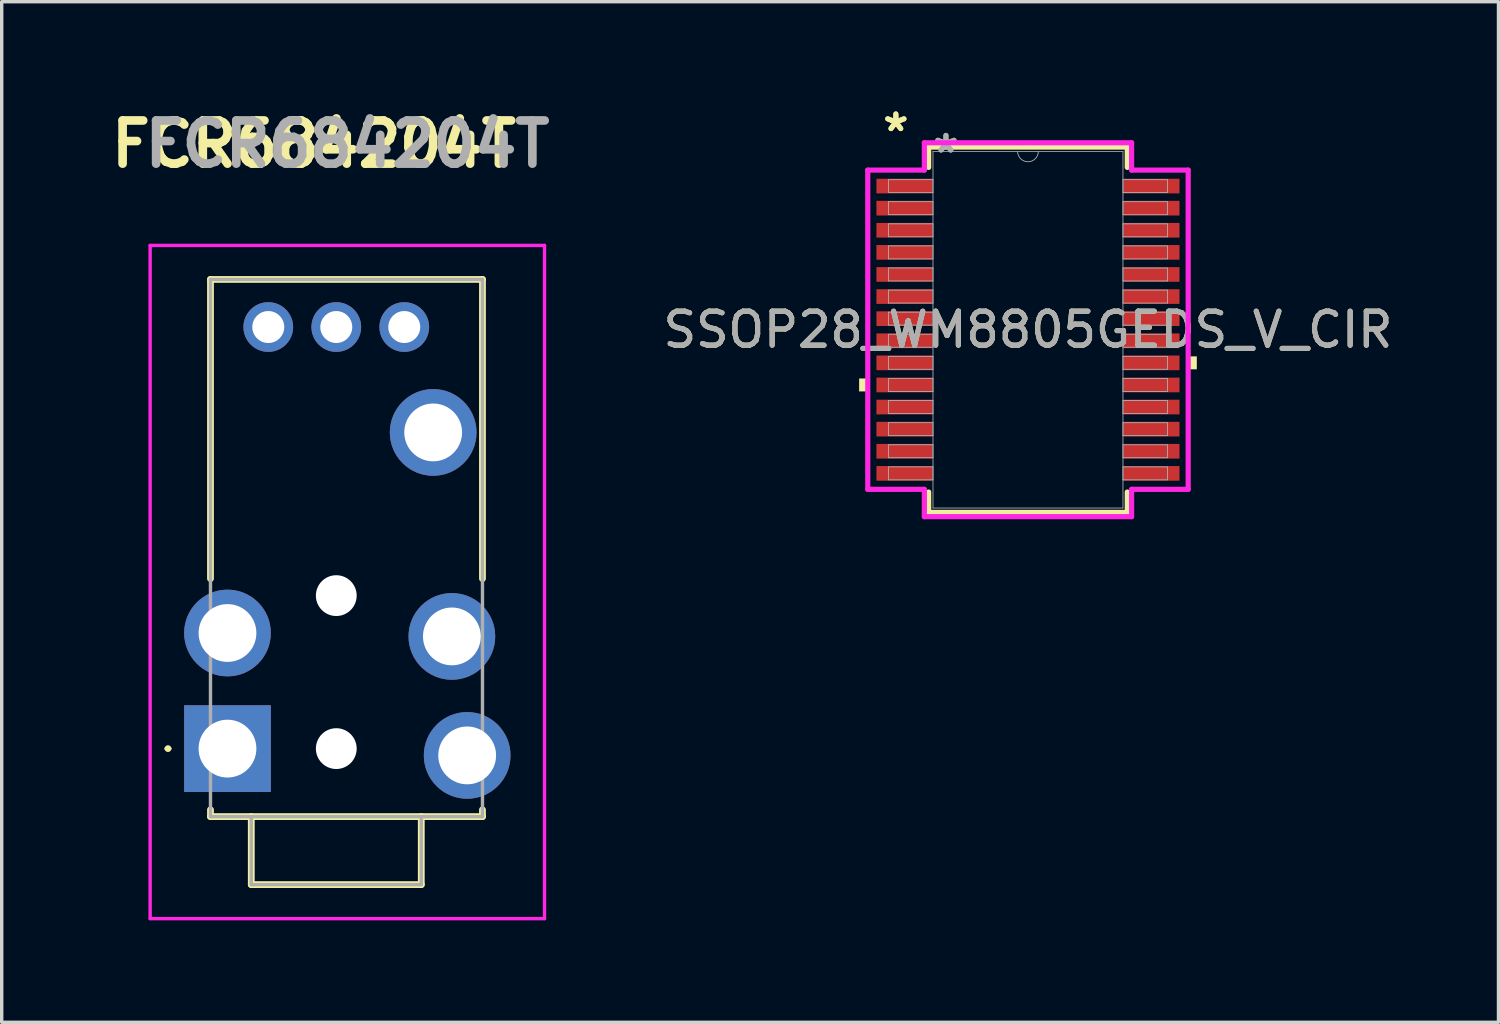
<source format=kicad_pcb>
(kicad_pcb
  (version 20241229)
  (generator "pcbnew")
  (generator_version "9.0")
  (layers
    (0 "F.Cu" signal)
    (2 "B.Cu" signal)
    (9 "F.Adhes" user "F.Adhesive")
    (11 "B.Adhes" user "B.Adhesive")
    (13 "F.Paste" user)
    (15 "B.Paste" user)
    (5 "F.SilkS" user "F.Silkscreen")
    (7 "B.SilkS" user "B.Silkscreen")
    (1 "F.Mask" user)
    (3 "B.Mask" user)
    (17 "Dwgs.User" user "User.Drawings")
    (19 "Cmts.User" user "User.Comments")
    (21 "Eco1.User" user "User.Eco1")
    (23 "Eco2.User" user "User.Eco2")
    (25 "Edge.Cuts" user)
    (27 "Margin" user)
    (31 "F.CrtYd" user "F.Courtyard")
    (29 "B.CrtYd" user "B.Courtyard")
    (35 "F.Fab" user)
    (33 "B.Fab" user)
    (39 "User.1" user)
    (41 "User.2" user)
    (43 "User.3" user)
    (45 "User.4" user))
  (footprint "FCR684204T"
    (layer "F.Cu")
    (at 3.641 18.969)
    (property "Reference" "FCR684204T" (at 2.54 -17.78 0) (layer "F.SilkS") (effects (font (size 1.27 1.27) (thickness 0.254))))
    (attr through_hole)
    (fp_line (start -1.8 0) (end -1.8 0) (stroke (width 0.1) (type solid)) (layer "F.SilkS"))
    (fp_line (start -1.7 0) (end -1.7 0) (stroke (width 0.1) (type solid)) (layer "F.SilkS"))
    (fp_line (start -0.5 -13.8) (end 7.5 -13.8) (stroke (width 0.2) (type solid)) (layer "F.SilkS"))
    (fp_line (start -0.5 -5) (end -0.5 -13.8) (stroke (width 0.2) (type solid)) (layer "F.SilkS"))
    (fp_line (start -0.5 1.8) (end -0.5 2) (stroke (width 0.2) (type solid)) (layer "F.SilkS"))
    (fp_line (start -0.5 2) (end 7.5 2) (stroke (width 0.2) (type solid)) (layer "F.SilkS"))
    (fp_line (start 0.7 2) (end 0.7 4) (stroke (width 0.2) (type solid)) (layer "F.SilkS"))
    (fp_line (start 0.7 4) (end 5.7 4) (stroke (width 0.2) (type solid)) (layer "F.SilkS"))
    (fp_line (start 5.7 4) (end 5.7 2) (stroke (width 0.2) (type solid)) (layer "F.SilkS"))
    (fp_line (start 7.5 -13.8) (end 7.5 -5) (stroke (width 0.2) (type solid)) (layer "F.SilkS"))
    (fp_line (start 7.5 2) (end 7.5 1.8) (stroke (width 0.2) (type solid)) (layer "F.SilkS"))
    (fp_arc (start -1.8 0) (mid -1.75 -0.05) (end -1.7 0) (stroke (width 0.1) (type solid)) (layer "F.SilkS"))
    (fp_arc (start -1.7 0) (mid -1.75 0.05) (end -1.8 0) (stroke (width 0.1) (type solid)) (layer "F.SilkS"))
    (fp_line (start -2.275 -14.8) (end -2.275 5) (stroke (width 0.1) (type solid)) (layer "F.CrtYd"))
    (fp_line (start -2.275 5) (end 9.325 5) (stroke (width 0.1) (type solid)) (layer "F.CrtYd"))
    (fp_line (start 9.325 -14.8) (end -2.275 -14.8) (stroke (width 0.1) (type solid)) (layer "F.CrtYd"))
    (fp_line (start 9.325 5) (end 9.325 -14.8) (stroke (width 0.1) (type solid)) (layer "F.CrtYd"))
    (fp_line (start -0.5 -13.8) (end -0.5 2) (stroke (width 0.1) (type solid)) (layer "F.Fab"))
    (fp_line (start -0.5 2) (end 7.5 2) (stroke (width 0.1) (type solid)) (layer "F.Fab"))
    (fp_line (start 0.7 2) (end 0.7 4) (stroke (width 0.1) (type solid)) (layer "F.Fab"))
    (fp_line (start 0.7 4) (end 5.7 4) (stroke (width 0.1) (type solid)) (layer "F.Fab"))
    (fp_line (start 5.7 4) (end 5.7 2) (stroke (width 0.1) (type solid)) (layer "F.Fab"))
    (fp_line (start 7.5 -13.8) (end -0.5 -13.8) (stroke (width 0.1) (type solid)) (layer "F.Fab"))
    (fp_line (start 7.5 2) (end 7.5 -13.8) (stroke (width 0.1) (type solid)) (layer "F.Fab"))
    (fp_text user "${REFERENCE}" (at 3.525 -17.78 0) (layer "F.Fab") (effects (font (size 1.27 1.27) (thickness 0.254))))
    (pad "" np_thru_hole circle (at 3.2 -4.5) (size 1.2 1.2) (drill 1.2) (layers "*.Cu" "*.Mask"))
    (pad "" np_thru_hole circle (at 3.2 0) (size 1.2 1.2) (drill 1.2) (layers "*.Cu" "*.Mask"))
    (pad "1" thru_hole rect (at 0 0) (size 2.55 2.55) (drill 1.7) (layers "*.Cu" "*.Mask"))
    (pad "2" thru_hole circle (at 6.05 -9.3) (size 2.55 2.55) (drill 1.7) (layers "*.Cu" "*.Mask"))
    (pad "3" thru_hole circle (at 0 -3.4) (size 2.55 2.55) (drill 1.7) (layers "*.Cu" "*.Mask"))
    (pad "4" thru_hole circle (at 6.6 -3.3) (size 2.55 2.55) (drill 1.7) (layers "*.Cu" "*.Mask"))
    (pad "5" thru_hole circle (at 7.05 0.2) (size 2.55 2.55) (drill 1.7) (layers "*.Cu" "*.Mask"))
    (pad "6" thru_hole circle (at 5.2 -12.4) (size 1.462 1.462) (drill 0.94) (layers "*.Cu" "*.Mask"))
    (pad "7" thru_hole circle (at 3.2 -12.4) (size 1.462 1.462) (drill 0.94) (layers "*.Cu" "*.Mask"))
    (pad "8" thru_hole circle (at 1.2 -12.4) (size 1.462 1.462) (drill 0.94) (layers "*.Cu" "*.Mask")))
  (footprint "SSOP28_WM8805GEDS_V_CIR"
    (layer "F.Cu")
    (at 27.186 6.648)
    (property "Reference" "SSOP28_WM8805GEDS_V_CIR" (at 0 0 0) (unlocked yes) (layer "F.SilkS") (effects (font (size 1 1) (thickness 0.15))))
    (attr smd)
    (fp_line (start -2.921 -5.372) (end -2.921 -4.774) (stroke (width 0.152) (type solid)) (layer "F.SilkS"))
    (fp_line (start -2.921 4.774) (end -2.921 5.372) (stroke (width 0.152) (type solid)) (layer "F.SilkS"))
    (fp_line (start -2.921 5.372) (end 2.921 5.372) (stroke (width 0.152) (type solid)) (layer "F.SilkS"))
    (fp_line (start 2.921 -5.372) (end -2.921 -5.372) (stroke (width 0.152) (type solid)) (layer "F.SilkS"))
    (fp_line (start 2.921 -4.774) (end 2.921 -5.372) (stroke (width 0.152) (type solid)) (layer "F.SilkS"))
    (fp_line (start 2.921 5.372) (end 2.921 4.774) (stroke (width 0.152) (type solid)) (layer "F.SilkS"))
    (fp_poly (pts (xy -4.966 1.434) (xy -4.966 1.815) (xy -4.712 1.815) (xy -4.712 1.434)) (stroke (width 0) (type solid)) (fill yes) (layer "F.SilkS"))
    (fp_poly (pts (xy 4.966 0.784) (xy 4.966 1.165) (xy 4.712 1.165) (xy 4.712 0.784)) (stroke (width 0) (type solid)) (fill yes) (layer "F.SilkS"))
    (fp_line (start -4.712 -4.695) (end -3.048 -4.695) (stroke (width 0.152) (type solid)) (layer "F.CrtYd"))
    (fp_line (start -4.712 4.695) (end -4.712 -4.695) (stroke (width 0.152) (type solid)) (layer "F.CrtYd"))
    (fp_line (start -4.712 4.695) (end -3.048 4.695) (stroke (width 0.152) (type solid)) (layer "F.CrtYd"))
    (fp_line (start -3.048 -5.499) (end 3.048 -5.499) (stroke (width 0.152) (type solid)) (layer "F.CrtYd"))
    (fp_line (start -3.048 -4.695) (end -3.048 -5.499) (stroke (width 0.152) (type solid)) (layer "F.CrtYd"))
    (fp_line (start -3.048 5.499) (end -3.048 4.695) (stroke (width 0.152) (type solid)) (layer "F.CrtYd"))
    (fp_line (start 3.048 -5.499) (end 3.048 -4.695) (stroke (width 0.152) (type solid)) (layer "F.CrtYd"))
    (fp_line (start 3.048 4.695) (end 3.048 5.499) (stroke (width 0.152) (type solid)) (layer "F.CrtYd"))
    (fp_line (start 3.048 5.499) (end -3.048 5.499) (stroke (width 0.152) (type solid)) (layer "F.CrtYd"))
    (fp_line (start 4.712 -4.695) (end 3.048 -4.695) (stroke (width 0.152) (type solid)) (layer "F.CrtYd"))
    (fp_line (start 4.712 -4.695) (end 4.712 4.695) (stroke (width 0.152) (type solid)) (layer "F.CrtYd"))
    (fp_line (start 4.712 4.695) (end 3.048 4.695) (stroke (width 0.152) (type solid)) (layer "F.CrtYd"))
    (fp_line (start -4.102 -4.415) (end -4.102 -4.035) (stroke (width 0.025) (type solid)) (layer "F.Fab"))
    (fp_line (start -4.102 -4.035) (end -2.794 -4.035) (stroke (width 0.025) (type solid)) (layer "F.Fab"))
    (fp_line (start -4.102 -3.765) (end -4.102 -3.385) (stroke (width 0.025) (type solid)) (layer "F.Fab"))
    (fp_line (start -4.102 -3.385) (end -2.794 -3.385) (stroke (width 0.025) (type solid)) (layer "F.Fab"))
    (fp_line (start -4.102 -3.115) (end -4.102 -2.735) (stroke (width 0.025) (type solid)) (layer "F.Fab"))
    (fp_line (start -4.102 -2.735) (end -2.794 -2.735) (stroke (width 0.025) (type solid)) (layer "F.Fab"))
    (fp_line (start -4.102 -2.466) (end -4.102 -2.084) (stroke (width 0.025) (type solid)) (layer "F.Fab"))
    (fp_line (start -4.102 -2.084) (end -2.794 -2.084) (stroke (width 0.025) (type solid)) (layer "F.Fab"))
    (fp_line (start -4.102 -1.816) (end -4.102 -1.435) (stroke (width 0.025) (type solid)) (layer "F.Fab"))
    (fp_line (start -4.102 -1.435) (end -2.794 -1.435) (stroke (width 0.025) (type solid)) (layer "F.Fab"))
    (fp_line (start -4.102 -1.166) (end -4.102 -0.785) (stroke (width 0.025) (type solid)) (layer "F.Fab"))
    (fp_line (start -4.102 -0.785) (end -2.794 -0.785) (stroke (width 0.025) (type solid)) (layer "F.Fab"))
    (fp_line (start -4.102 -0.516) (end -4.102 -0.135) (stroke (width 0.025) (type solid)) (layer "F.Fab"))
    (fp_line (start -4.102 -0.135) (end -2.794 -0.135) (stroke (width 0.025) (type solid)) (layer "F.Fab"))
    (fp_line (start -4.102 0.134) (end -4.102 0.515) (stroke (width 0.025) (type solid)) (layer "F.Fab"))
    (fp_line (start -4.102 0.515) (end -2.794 0.515) (stroke (width 0.025) (type solid)) (layer "F.Fab"))
    (fp_line (start -4.102 0.784) (end -4.102 1.165) (stroke (width 0.025) (type solid)) (layer "F.Fab"))
    (fp_line (start -4.102 1.165) (end -2.794 1.165) (stroke (width 0.025) (type solid)) (layer "F.Fab"))
    (fp_line (start -4.102 1.434) (end -4.102 1.815) (stroke (width 0.025) (type solid)) (layer "F.Fab"))
    (fp_line (start -4.102 1.815) (end -2.794 1.815) (stroke (width 0.025) (type solid)) (layer "F.Fab"))
    (fp_line (start -4.102 2.084) (end -4.102 2.465) (stroke (width 0.025) (type solid)) (layer "F.Fab"))
    (fp_line (start -4.102 2.465) (end -2.794 2.465) (stroke (width 0.025) (type solid)) (layer "F.Fab"))
    (fp_line (start -4.102 2.734) (end -4.102 3.115) (stroke (width 0.025) (type solid)) (layer "F.Fab"))
    (fp_line (start -4.102 3.115) (end -2.794 3.115) (stroke (width 0.025) (type solid)) (layer "F.Fab"))
    (fp_line (start -4.102 3.384) (end -4.102 3.765) (stroke (width 0.025) (type solid)) (layer "F.Fab"))
    (fp_line (start -4.102 3.765) (end -2.794 3.765) (stroke (width 0.025) (type solid)) (layer "F.Fab"))
    (fp_line (start -4.102 4.034) (end -4.102 4.415) (stroke (width 0.025) (type solid)) (layer "F.Fab"))
    (fp_line (start -4.102 4.415) (end -2.794 4.415) (stroke (width 0.025) (type solid)) (layer "F.Fab"))
    (fp_line (start -2.794 -5.245) (end -2.794 5.245) (stroke (width 0.025) (type solid)) (layer "F.Fab"))
    (fp_line (start -2.794 -4.415) (end -4.102 -4.415) (stroke (width 0.025) (type solid)) (layer "F.Fab"))
    (fp_line (start -2.794 -4.035) (end -2.794 -4.415) (stroke (width 0.025) (type solid)) (layer "F.Fab"))
    (fp_line (start -2.794 -3.765) (end -4.102 -3.765) (stroke (width 0.025) (type solid)) (layer "F.Fab"))
    (fp_line (start -2.794 -3.385) (end -2.794 -3.765) (stroke (width 0.025) (type solid)) (layer "F.Fab"))
    (fp_line (start -2.794 -3.115) (end -4.102 -3.115) (stroke (width 0.025) (type solid)) (layer "F.Fab"))
    (fp_line (start -2.794 -2.735) (end -2.794 -3.115) (stroke (width 0.025) (type solid)) (layer "F.Fab"))
    (fp_line (start -2.794 -2.466) (end -4.102 -2.466) (stroke (width 0.025) (type solid)) (layer "F.Fab"))
    (fp_line (start -2.794 -2.084) (end -2.794 -2.466) (stroke (width 0.025) (type solid)) (layer "F.Fab"))
    (fp_line (start -2.794 -1.816) (end -4.102 -1.816) (stroke (width 0.025) (type solid)) (layer "F.Fab"))
    (fp_line (start -2.794 -1.435) (end -2.794 -1.816) (stroke (width 0.025) (type solid)) (layer "F.Fab"))
    (fp_line (start -2.794 -1.166) (end -4.102 -1.166) (stroke (width 0.025) (type solid)) (layer "F.Fab"))
    (fp_line (start -2.794 -0.785) (end -2.794 -1.166) (stroke (width 0.025) (type solid)) (layer "F.Fab"))
    (fp_line (start -2.794 -0.516) (end -4.102 -0.516) (stroke (width 0.025) (type solid)) (layer "F.Fab"))
    (fp_line (start -2.794 -0.135) (end -2.794 -0.516) (stroke (width 0.025) (type solid)) (layer "F.Fab"))
    (fp_line (start -2.794 0.134) (end -4.102 0.134) (stroke (width 0.025) (type solid)) (layer "F.Fab"))
    (fp_line (start -2.794 0.515) (end -2.794 0.134) (stroke (width 0.025) (type solid)) (layer "F.Fab"))
    (fp_line (start -2.794 0.784) (end -4.102 0.784) (stroke (width 0.025) (type solid)) (layer "F.Fab"))
    (fp_line (start -2.794 1.165) (end -2.794 0.784) (stroke (width 0.025) (type solid)) (layer "F.Fab"))
    (fp_line (start -2.794 1.434) (end -4.102 1.434) (stroke (width 0.025) (type solid)) (layer "F.Fab"))
    (fp_line (start -2.794 1.815) (end -2.794 1.434) (stroke (width 0.025) (type solid)) (layer "F.Fab"))
    (fp_line (start -2.794 2.084) (end -4.102 2.084) (stroke (width 0.025) (type solid)) (layer "F.Fab"))
    (fp_line (start -2.794 2.465) (end -2.794 2.084) (stroke (width 0.025) (type solid)) (layer "F.Fab"))
    (fp_line (start -2.794 2.734) (end -4.102 2.734) (stroke (width 0.025) (type solid)) (layer "F.Fab"))
    (fp_line (start -2.794 3.115) (end -2.794 2.734) (stroke (width 0.025) (type solid)) (layer "F.Fab"))
    (fp_line (start -2.794 3.384) (end -4.102 3.384) (stroke (width 0.025) (type solid)) (layer "F.Fab"))
    (fp_line (start -2.794 3.765) (end -2.794 3.384) (stroke (width 0.025) (type solid)) (layer "F.Fab"))
    (fp_line (start -2.794 4.034) (end -4.102 4.034) (stroke (width 0.025) (type solid)) (layer "F.Fab"))
    (fp_line (start -2.794 4.415) (end -2.794 4.034) (stroke (width 0.025) (type solid)) (layer "F.Fab"))
    (fp_line (start -2.794 5.245) (end 2.794 5.245) (stroke (width 0.025) (type solid)) (layer "F.Fab"))
    (fp_line (start 2.794 -5.245) (end -2.794 -5.245) (stroke (width 0.025) (type solid)) (layer "F.Fab"))
    (fp_line (start 2.794 -4.415) (end 2.794 -4.034) (stroke (width 0.025) (type solid)) (layer "F.Fab"))
    (fp_line (start 2.794 -4.034) (end 4.102 -4.034) (stroke (width 0.025) (type solid)) (layer "F.Fab"))
    (fp_line (start 2.794 -3.765) (end 2.794 -3.384) (stroke (width 0.025) (type solid)) (layer "F.Fab"))
    (fp_line (start 2.794 -3.384) (end 4.102 -3.384) (stroke (width 0.025) (type solid)) (layer "F.Fab"))
    (fp_line (start 2.794 -3.115) (end 2.794 -2.734) (stroke (width 0.025) (type solid)) (layer "F.Fab"))
    (fp_line (start 2.794 -2.734) (end 4.102 -2.734) (stroke (width 0.025) (type solid)) (layer "F.Fab"))
    (fp_line (start 2.794 -2.465) (end 2.794 -2.084) (stroke (width 0.025) (type solid)) (layer "F.Fab"))
    (fp_line (start 2.794 -2.084) (end 4.102 -2.084) (stroke (width 0.025) (type solid)) (layer "F.Fab"))
    (fp_line (start 2.794 -1.815) (end 2.794 -1.434) (stroke (width 0.025) (type solid)) (layer "F.Fab"))
    (fp_line (start 2.794 -1.434) (end 4.102 -1.434) (stroke (width 0.025) (type solid)) (layer "F.Fab"))
    (fp_line (start 2.794 -1.165) (end 2.794 -0.784) (stroke (width 0.025) (type solid)) (layer "F.Fab"))
    (fp_line (start 2.794 -0.784) (end 4.102 -0.784) (stroke (width 0.025) (type solid)) (layer "F.Fab"))
    (fp_line (start 2.794 -0.515) (end 2.794 -0.134) (stroke (width 0.025) (type solid)) (layer "F.Fab"))
    (fp_line (start 2.794 -0.134) (end 4.102 -0.134) (stroke (width 0.025) (type solid)) (layer "F.Fab"))
    (fp_line (start 2.794 0.135) (end 2.794 0.516) (stroke (width 0.025) (type solid)) (layer "F.Fab"))
    (fp_line (start 2.794 0.516) (end 4.102 0.516) (stroke (width 0.025) (type solid)) (layer "F.Fab"))
    (fp_line (start 2.794 0.784) (end 2.794 1.165) (stroke (width 0.025) (type solid)) (layer "F.Fab"))
    (fp_line (start 2.794 1.165) (end 4.102 1.165) (stroke (width 0.025) (type solid)) (layer "F.Fab"))
    (fp_line (start 2.794 1.435) (end 2.794 1.815) (stroke (width 0.025) (type solid)) (layer "F.Fab"))
    (fp_line (start 2.794 1.815) (end 4.102 1.815) (stroke (width 0.025) (type solid)) (layer "F.Fab"))
    (fp_line (start 2.794 2.084) (end 2.794 2.466) (stroke (width 0.025) (type solid)) (layer "F.Fab"))
    (fp_line (start 2.794 2.466) (end 4.102 2.466) (stroke (width 0.025) (type solid)) (layer "F.Fab"))
    (fp_line (start 2.794 2.735) (end 2.794 3.115) (stroke (width 0.025) (type solid)) (layer "F.Fab"))
    (fp_line (start 2.794 3.115) (end 4.102 3.115) (stroke (width 0.025) (type solid)) (layer "F.Fab"))
    (fp_line (start 2.794 3.385) (end 2.794 3.765) (stroke (width 0.025) (type solid)) (layer "F.Fab"))
    (fp_line (start 2.794 3.765) (end 4.102 3.765) (stroke (width 0.025) (type solid)) (layer "F.Fab"))
    (fp_line (start 2.794 4.035) (end 2.794 4.415) (stroke (width 0.025) (type solid)) (layer "F.Fab"))
    (fp_line (start 2.794 4.415) (end 4.102 4.415) (stroke (width 0.025) (type solid)) (layer "F.Fab"))
    (fp_line (start 2.794 5.245) (end 2.794 -5.245) (stroke (width 0.025) (type solid)) (layer "F.Fab"))
    (fp_line (start 4.102 -4.415) (end 2.794 -4.415) (stroke (width 0.025) (type solid)) (layer "F.Fab"))
    (fp_line (start 4.102 -4.034) (end 4.102 -4.415) (stroke (width 0.025) (type solid)) (layer "F.Fab"))
    (fp_line (start 4.102 -3.765) (end 2.794 -3.765) (stroke (width 0.025) (type solid)) (layer "F.Fab"))
    (fp_line (start 4.102 -3.384) (end 4.102 -3.765) (stroke (width 0.025) (type solid)) (layer "F.Fab"))
    (fp_line (start 4.102 -3.115) (end 2.794 -3.115) (stroke (width 0.025) (type solid)) (layer "F.Fab"))
    (fp_line (start 4.102 -2.734) (end 4.102 -3.115) (stroke (width 0.025) (type solid)) (layer "F.Fab"))
    (fp_line (start 4.102 -2.465) (end 2.794 -2.465) (stroke (width 0.025) (type solid)) (layer "F.Fab"))
    (fp_line (start 4.102 -2.084) (end 4.102 -2.465) (stroke (width 0.025) (type solid)) (layer "F.Fab"))
    (fp_line (start 4.102 -1.815) (end 2.794 -1.815) (stroke (width 0.025) (type solid)) (layer "F.Fab"))
    (fp_line (start 4.102 -1.434) (end 4.102 -1.815) (stroke (width 0.025) (type solid)) (layer "F.Fab"))
    (fp_line (start 4.102 -1.165) (end 2.794 -1.165) (stroke (width 0.025) (type solid)) (layer "F.Fab"))
    (fp_line (start 4.102 -0.784) (end 4.102 -1.165) (stroke (width 0.025) (type solid)) (layer "F.Fab"))
    (fp_line (start 4.102 -0.515) (end 2.794 -0.515) (stroke (width 0.025) (type solid)) (layer "F.Fab"))
    (fp_line (start 4.102 -0.134) (end 4.102 -0.515) (stroke (width 0.025) (type solid)) (layer "F.Fab"))
    (fp_line (start 4.102 0.135) (end 2.794 0.135) (stroke (width 0.025) (type solid)) (layer "F.Fab"))
    (fp_line (start 4.102 0.516) (end 4.102 0.135) (stroke (width 0.025) (type solid)) (layer "F.Fab"))
    (fp_line (start 4.102 0.784) (end 2.794 0.784) (stroke (width 0.025) (type solid)) (layer "F.Fab"))
    (fp_line (start 4.102 1.165) (end 4.102 0.784) (stroke (width 0.025) (type solid)) (layer "F.Fab"))
    (fp_line (start 4.102 1.435) (end 2.794 1.435) (stroke (width 0.025) (type solid)) (layer "F.Fab"))
    (fp_line (start 4.102 1.815) (end 4.102 1.435) (stroke (width 0.025) (type solid)) (layer "F.Fab"))
    (fp_line (start 4.102 2.084) (end 2.794 2.084) (stroke (width 0.025) (type solid)) (layer "F.Fab"))
    (fp_line (start 4.102 2.466) (end 4.102 2.084) (stroke (width 0.025) (type solid)) (layer "F.Fab"))
    (fp_line (start 4.102 2.735) (end 2.794 2.735) (stroke (width 0.025) (type solid)) (layer "F.Fab"))
    (fp_line (start 4.102 3.115) (end 4.102 2.735) (stroke (width 0.025) (type solid)) (layer "F.Fab"))
    (fp_line (start 4.102 3.385) (end 2.794 3.385) (stroke (width 0.025) (type solid)) (layer "F.Fab"))
    (fp_line (start 4.102 3.765) (end 4.102 3.385) (stroke (width 0.025) (type solid)) (layer "F.Fab"))
    (fp_line (start 4.102 4.035) (end 2.794 4.035) (stroke (width 0.025) (type solid)) (layer "F.Fab"))
    (fp_line (start 4.102 4.415) (end 4.102 4.035) (stroke (width 0.025) (type solid)) (layer "F.Fab"))
    (fp_arc (start 0.3048 -5.2451) (mid 0 -4.9403) (end -0.3048 -5.2451) (stroke (width 0.0254) (type solid)) (layer "F.Fab"))
    (fp_text user "*" (at -3.886 -5.8 0) (unlocked yes) (layer "F.SilkS") (effects (font (size 1 1) (thickness 0.15))))
    (fp_text user "*" (at -3.886 -5.8 0) (layer "F.SilkS") (effects (font (size 1 1) (thickness 0.15))))
    (fp_text user "*" (at -2.413 -5.169 0) (layer "F.Fab") (effects (font (size 1 1) (thickness 0.15))))
    (fp_text user "${REFERENCE}" (at 0 0 0) (unlocked yes) (layer "F.Fab") (effects (font (size 1 1) (thickness 0.15))))
    (fp_text user "*" (at -2.413 -5.169 0) (unlocked yes) (layer "F.Fab") (effects (font (size 1 1) (thickness 0.15))))
    (pad "1" smd rect (at -3.632 -4.225) (size 1.651 0.432) (layers "F.Cu" "F.Mask" "F.Paste"))
    (pad "2" smd rect (at -3.632 -3.575) (size 1.651 0.432) (layers "F.Cu" "F.Mask" "F.Paste"))
    (pad "3" smd rect (at -3.632 -2.925) (size 1.651 0.432) (layers "F.Cu" "F.Mask" "F.Paste"))
    (pad "4" smd rect (at -3.632 -2.275) (size 1.651 0.432) (layers "F.Cu" "F.Mask" "F.Paste"))
    (pad "5" smd rect (at -3.632 -1.625) (size 1.651 0.432) (layers "F.Cu" "F.Mask" "F.Paste"))
    (pad "6" smd rect (at -3.632 -0.975) (size 1.651 0.432) (layers "F.Cu" "F.Mask" "F.Paste"))
    (pad "7" smd rect (at -3.632 -0.325) (size 1.651 0.432) (layers "F.Cu" "F.Mask" "F.Paste"))
    (pad "8" smd rect (at -3.632 0.325) (size 1.651 0.432) (layers "F.Cu" "F.Mask" "F.Paste"))
    (pad "9" smd rect (at -3.632 0.975) (size 1.651 0.432) (layers "F.Cu" "F.Mask" "F.Paste"))
    (pad "10" smd rect (at -3.632 1.625) (size 1.651 0.432) (layers "F.Cu" "F.Mask" "F.Paste"))
    (pad "11" smd rect (at -3.632 2.275) (size 1.651 0.432) (layers "F.Cu" "F.Mask" "F.Paste"))
    (pad "12" smd rect (at -3.632 2.925) (size 1.651 0.432) (layers "F.Cu" "F.Mask" "F.Paste"))
    (pad "13" smd rect (at -3.632 3.575) (size 1.651 0.432) (layers "F.Cu" "F.Mask" "F.Paste"))
    (pad "14" smd rect (at -3.632 4.225) (size 1.651 0.432) (layers "F.Cu" "F.Mask" "F.Paste"))
    (pad "15" smd rect (at 3.632 4.225) (size 1.651 0.432) (layers "F.Cu" "F.Mask" "F.Paste"))
    (pad "16" smd rect (at 3.632 3.575) (size 1.651 0.432) (layers "F.Cu" "F.Mask" "F.Paste"))
    (pad "17" smd rect (at 3.632 2.925) (size 1.651 0.432) (layers "F.Cu" "F.Mask" "F.Paste"))
    (pad "18" smd rect (at 3.632 2.275) (size 1.651 0.432) (layers "F.Cu" "F.Mask" "F.Paste"))
    (pad "19" smd rect (at 3.632 1.625) (size 1.651 0.432) (layers "F.Cu" "F.Mask" "F.Paste"))
    (pad "20" smd rect (at 3.632 0.975) (size 1.651 0.432) (layers "F.Cu" "F.Mask" "F.Paste"))
    (pad "21" smd rect (at 3.632 0.325) (size 1.651 0.432) (layers "F.Cu" "F.Mask" "F.Paste"))
    (pad "22" smd rect (at 3.632 -0.325) (size 1.651 0.432) (layers "F.Cu" "F.Mask" "F.Paste"))
    (pad "23" smd rect (at 3.632 -0.975) (size 1.651 0.432) (layers "F.Cu" "F.Mask" "F.Paste"))
    (pad "24" smd rect (at 3.632 -1.625) (size 1.651 0.432) (layers "F.Cu" "F.Mask" "F.Paste"))
    (pad "25" smd rect (at 3.632 -2.275) (size 1.651 0.432) (layers "F.Cu" "F.Mask" "F.Paste"))
    (pad "26" smd rect (at 3.632 -2.925) (size 1.651 0.432) (layers "F.Cu" "F.Mask" "F.Paste"))
    (pad "27" smd rect (at 3.632 -3.575) (size 1.651 0.432) (layers "F.Cu" "F.Mask" "F.Paste"))
    (pad "28" smd rect (at 3.632 -4.225) (size 1.651 0.432) (layers "F.Cu" "F.Mask" "F.Paste")))
  (gr_rect
    (start -3 -3)
    (end 41.025 27.019)
    (stroke (width 0.1) (type default))
    (fill no)
    (layer "Edge.Cuts")))
</source>
